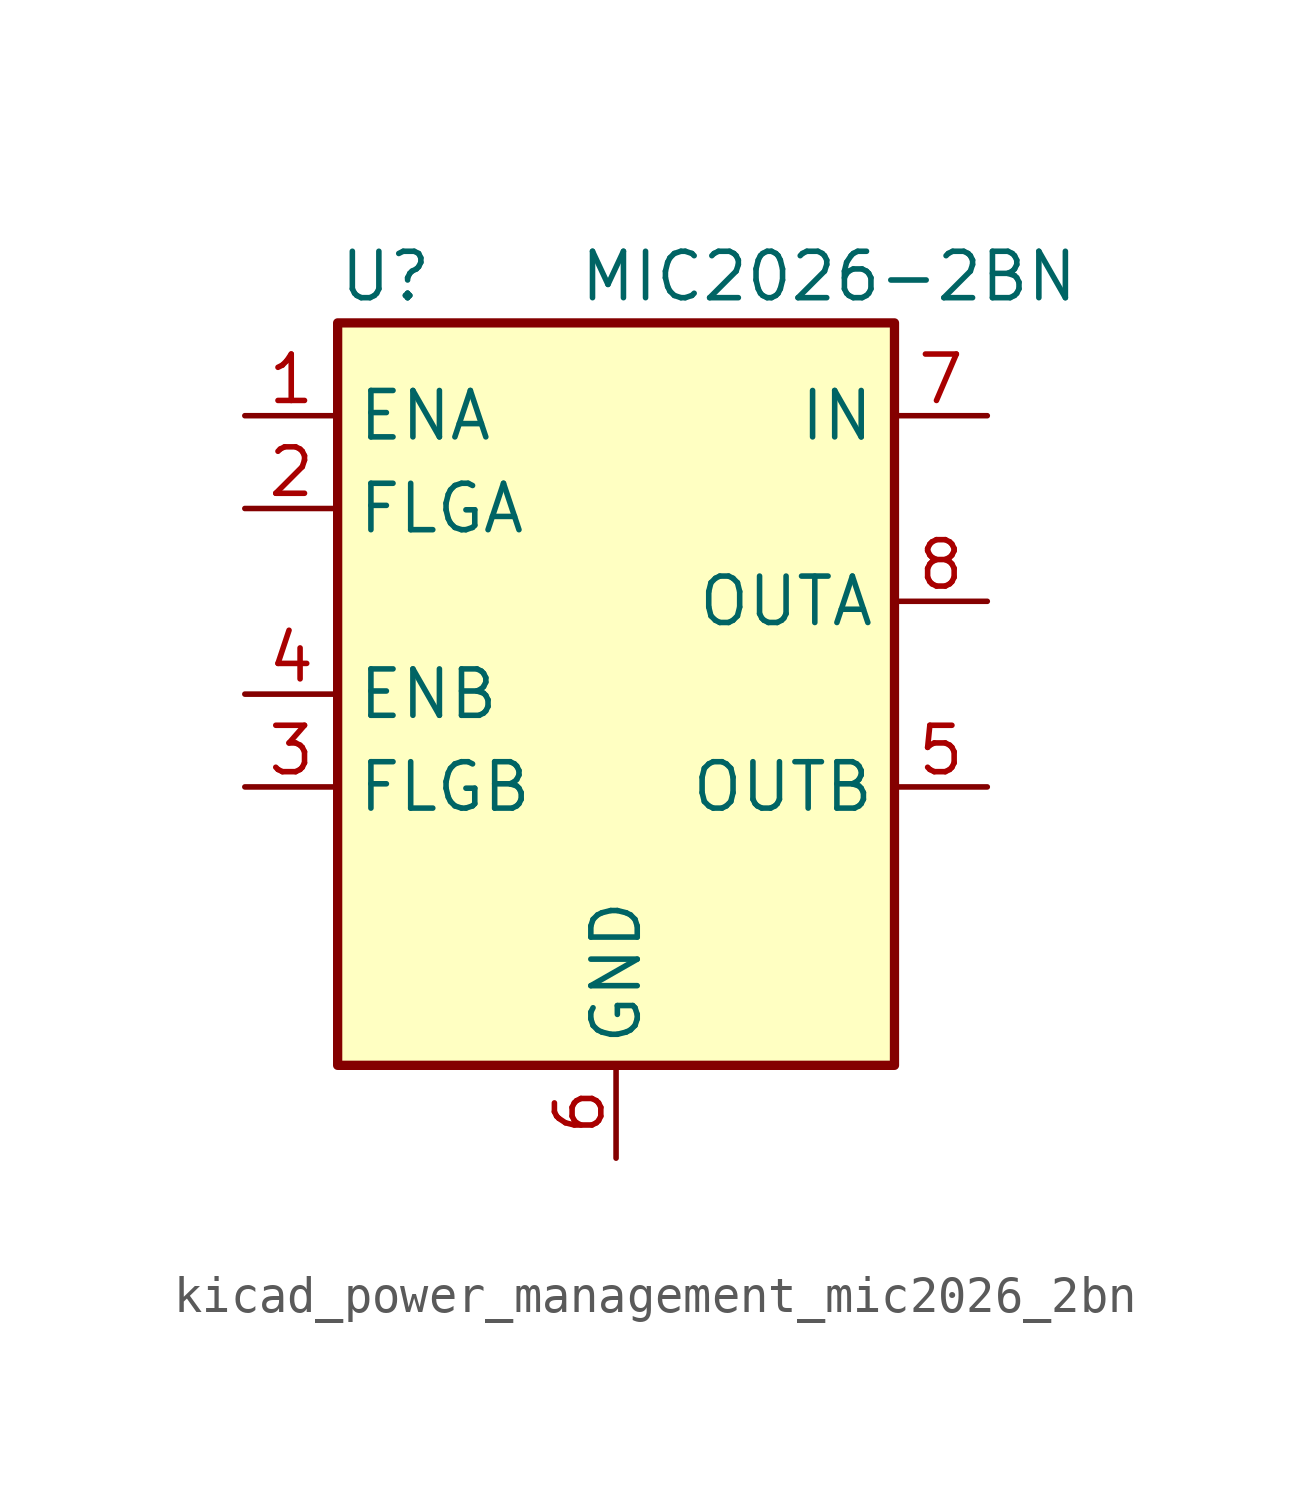
<source format=kicad_sym>
(kicad_symbol_lib
  (version 20220914)
  (generator kicad_symbol_editor)
  (symbol "kicad_power_management_mic2026_2bn"
    (property "Reference" "U"
      (at -7.62 11.43 0)
      (effects (font (size 1.27 1.27)) (justify left)))
    (property "Value" "MIC2026-2BN"
      (at 12.7 11.43 0)
      (effects (font (size 1.27 1.27)) (justify right)))
    (symbol "kicad_power_management_mic2026_2bn_0_1"
      (rectangle (start -7.62 -10.16) (end 7.62 10.16) (stroke (width 0.254) (type default)) (fill (type background))))
    (symbol "kicad_power_management_mic2026_2bn_1_1"
      (pin input line (at -10.16 7.62 0) (length 2.54) (name "ENA" (effects (font (size 1.27 1.27)))) (number "1" (effects (font (size 1.27 1.27)))))
      (pin output line (at -10.16 5.08 0) (length 2.54) (name "FLGA" (effects (font (size 1.27 1.27)))) (number "2" (effects (font (size 1.27 1.27)))))
      (pin output line (at -10.16 -2.54 0) (length 2.54) (name "FLGB" (effects (font (size 1.27 1.27)))) (number "3" (effects (font (size 1.27 1.27)))))
      (pin input line (at -10.16 0 0) (length 2.54) (name "ENB" (effects (font (size 1.27 1.27)))) (number "4" (effects (font (size 1.27 1.27)))))
      (pin power_out line (at 10.16 -2.54 180) (length 2.54) (name "OUTB" (effects (font (size 1.27 1.27)))) (number "5" (effects (font (size 1.27 1.27)))))
      (pin power_in line (at 0 -12.7 90) (length 2.54) (name "GND" (effects (font (size 1.27 1.27)))) (number "6" (effects (font (size 1.27 1.27)))))
      (pin power_in line (at 10.16 7.62 180) (length 2.54) (name "IN" (effects (font (size 1.27 1.27)))) (number "7" (effects (font (size 1.27 1.27)))))
      (pin power_out line (at 10.16 2.54 180) (length 2.54) (name "OUTA" (effects (font (size 1.27 1.27)))) (number "8" (effects (font (size 1.27 1.27))))))))
</source>
